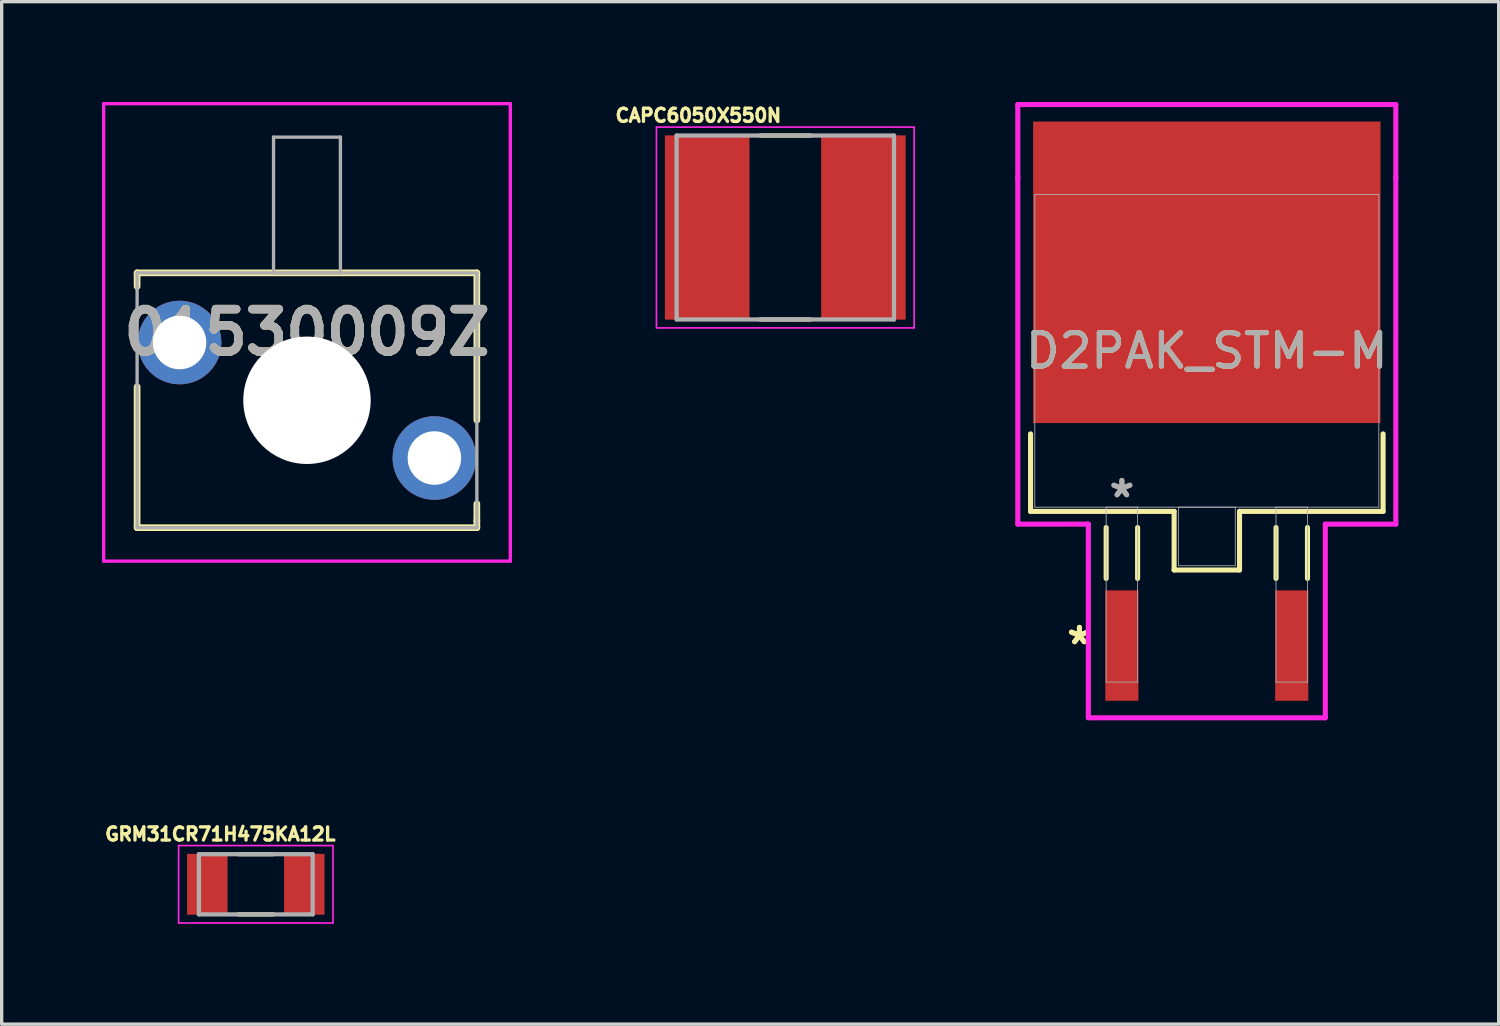
<source format=kicad_pcb>
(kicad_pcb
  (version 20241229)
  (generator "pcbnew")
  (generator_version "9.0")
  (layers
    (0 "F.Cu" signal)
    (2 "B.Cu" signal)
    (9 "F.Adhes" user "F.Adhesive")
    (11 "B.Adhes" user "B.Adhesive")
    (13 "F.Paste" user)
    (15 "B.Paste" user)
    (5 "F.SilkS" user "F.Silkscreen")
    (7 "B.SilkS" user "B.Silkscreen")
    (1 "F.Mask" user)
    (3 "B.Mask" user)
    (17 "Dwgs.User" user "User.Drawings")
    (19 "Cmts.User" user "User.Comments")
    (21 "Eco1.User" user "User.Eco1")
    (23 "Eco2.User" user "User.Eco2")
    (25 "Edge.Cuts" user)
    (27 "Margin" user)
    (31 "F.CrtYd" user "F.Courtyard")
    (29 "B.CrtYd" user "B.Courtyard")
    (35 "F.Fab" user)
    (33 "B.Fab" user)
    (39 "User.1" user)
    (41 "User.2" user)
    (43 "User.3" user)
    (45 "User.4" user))
  (footprint "01530009Z"
    (layer "F.Cu")
    (at 2.32 7.193)
    (property "Reference" "01530009Z" (at 3.81 -0.303 0) (layer "F.SilkS") (effects (font (size 1.27 1.27) (thickness 0.254))))
    (attr through_hole)
    (fp_line (start -1.27 -2.083) (end 8.89 -2.083) (stroke (width 0.2) (type solid)) (layer "F.SilkS"))
    (fp_line (start -1.27 -1.678) (end -1.27 -2.083) (stroke (width 0.2) (type solid)) (layer "F.SilkS"))
    (fp_line (start -1.27 5.537) (end -1.27 1.322) (stroke (width 0.2) (type solid)) (layer "F.SilkS"))
    (fp_line (start 8.89 -2.083) (end 8.89 2.322) (stroke (width 0.2) (type solid)) (layer "F.SilkS"))
    (fp_line (start 8.89 4.822) (end 8.89 5.322) (stroke (width 0.2) (type solid)) (layer "F.SilkS"))
    (fp_line (start 8.89 5.322) (end 8.89 5.537) (stroke (width 0.2) (type solid)) (layer "F.SilkS"))
    (fp_line (start 8.89 5.537) (end -1.27 5.537) (stroke (width 0.2) (type solid)) (layer "F.SilkS"))
    (fp_line (start -2.27 -7.143) (end 9.89 -7.143) (stroke (width 0.1) (type solid)) (layer "F.CrtYd"))
    (fp_line (start -2.27 6.537) (end -2.27 -7.143) (stroke (width 0.1) (type solid)) (layer "F.CrtYd"))
    (fp_line (start 9.89 -7.143) (end 9.89 6.537) (stroke (width 0.1) (type solid)) (layer "F.CrtYd"))
    (fp_line (start 9.89 6.537) (end -2.27 6.537) (stroke (width 0.1) (type solid)) (layer "F.CrtYd"))
    (fp_line (start -1.27 -2.083) (end 8.89 -2.083) (stroke (width 0.1) (type solid)) (layer "F.Fab"))
    (fp_line (start -1.27 5.537) (end -1.27 -2.083) (stroke (width 0.1) (type solid)) (layer "F.Fab"))
    (fp_line (start 2.81 -6.143) (end 2.81 -2.083) (stroke (width 0.1) (type solid)) (layer "F.Fab"))
    (fp_line (start 2.81 -2.083) (end 4.81 -2.083) (stroke (width 0.1) (type solid)) (layer "F.Fab"))
    (fp_line (start 4.81 -6.143) (end 2.81 -6.143) (stroke (width 0.1) (type solid)) (layer "F.Fab"))
    (fp_line (start 4.81 -2.083) (end 4.81 -6.143) (stroke (width 0.1) (type solid)) (layer "F.Fab"))
    (fp_line (start 8.89 -2.083) (end 8.89 5.537) (stroke (width 0.1) (type solid)) (layer "F.Fab"))
    (fp_line (start 8.89 5.537) (end -1.27 5.537) (stroke (width 0.1) (type solid)) (layer "F.Fab"))
    (fp_text user "${REFERENCE}" (at 3.81 -0.303 0) (layer "F.Fab") (effects (font (size 1.27 1.27) (thickness 0.254))))
    (pad "" np_thru_hole circle (at 3.81 1.727) (size 3.81 3.81) (drill 3.81) (layers "*.Cu" "*.Mask"))
    (pad "1" thru_hole circle (at 0 0) (size 2.5 2.5) (drill 1.6) (layers "*.Cu" "*.Mask"))
    (pad "2" thru_hole circle (at 7.62 3.454) (size 2.5 2.5) (drill 1.6) (layers "*.Cu" "*.Mask")))
  (footprint "GRM31CR71H475KA12L"
    (layer "F.Cu")
    (at 4.599 23.394)
    (property "Reference" "GRM31CR71H475KA12L" (at -1.06 -1.5 0) (layer "F.SilkS") (effects (font (size 0.394 0.394) (thickness 0.15))))
    (attr smd)
    (fp_line (start -0.52 -0.9) (end 0.52 -0.9) (stroke (width 0.127) (type solid)) (layer "F.SilkS"))
    (fp_line (start -0.52 0.9) (end 0.52 0.9) (stroke (width 0.127) (type solid)) (layer "F.SilkS"))
    (fp_line (start -2.308 -1.158) (end 2.308 -1.158) (stroke (width 0.05) (type solid)) (layer "F.CrtYd"))
    (fp_line (start -2.308 1.158) (end -2.308 -1.158) (stroke (width 0.05) (type solid)) (layer "F.CrtYd"))
    (fp_line (start -2.308 1.158) (end 2.308 1.158) (stroke (width 0.05) (type solid)) (layer "F.CrtYd"))
    (fp_line (start 2.308 1.158) (end 2.308 -1.158) (stroke (width 0.05) (type solid)) (layer "F.CrtYd"))
    (fp_line (start -1.7 0.9) (end -1.7 -0.9) (stroke (width 0.127) (type solid)) (layer "F.Fab"))
    (fp_line (start 1.7 -0.9) (end -1.7 -0.9) (stroke (width 0.127) (type solid)) (layer "F.Fab"))
    (fp_line (start 1.7 0.9) (end -1.7 0.9) (stroke (width 0.127) (type solid)) (layer "F.Fab"))
    (fp_line (start 1.7 0.9) (end 1.7 -0.9) (stroke (width 0.127) (type solid)) (layer "F.Fab"))
    (pad "1" smd rect (at -1.45 0) (size 1.21 1.82) (layers "F.Cu" "F.Mask" "F.Paste"))
    (pad "2" smd rect (at 1.45 0) (size 1.21 1.82) (layers "F.Cu" "F.Mask" "F.Paste")))
  (footprint "D2PAK_STM-M"
    (layer "F.Cu")
    (at 33.039 7.442)
    (property "Reference" "D2PAK_STM-M" (at 0 0 0) (unlocked yes) (layer "F.SilkS") (effects (font (size 1 1) (thickness 0.15))))
    (attr smd)
    (fp_line (start -5.271 2.483) (end -5.271 4.801) (stroke (width 0.152) (type solid)) (layer "F.SilkS"))
    (fp_line (start -5.271 4.801) (end -0.978 4.801) (stroke (width 0.152) (type solid)) (layer "F.SilkS"))
    (fp_line (start -3.01 5.283) (end -3.01 6.807) (stroke (width 0.152) (type solid)) (layer "F.SilkS"))
    (fp_line (start -2.07 5.283) (end -2.07 6.807) (stroke (width 0.152) (type solid)) (layer "F.SilkS"))
    (fp_line (start -0.978 4.801) (end -0.978 6.553) (stroke (width 0.152) (type solid)) (layer "F.SilkS"))
    (fp_line (start -0.978 6.553) (end 0.978 6.553) (stroke (width 0.152) (type solid)) (layer "F.SilkS"))
    (fp_line (start 0.978 4.801) (end 5.271 4.801) (stroke (width 0.152) (type solid)) (layer "F.SilkS"))
    (fp_line (start 0.978 6.553) (end 0.978 4.801) (stroke (width 0.152) (type solid)) (layer "F.SilkS"))
    (fp_line (start 2.07 5.283) (end 2.07 6.807) (stroke (width 0.152) (type solid)) (layer "F.SilkS"))
    (fp_line (start 3.01 5.283) (end 3.01 6.807) (stroke (width 0.152) (type solid)) (layer "F.SilkS"))
    (fp_line (start 5.271 4.801) (end 5.271 2.483) (stroke (width 0.152) (type solid)) (layer "F.SilkS"))
    (fp_line (start -5.652 -7.366) (end 5.652 -7.366) (stroke (width 0.152) (type solid)) (layer "F.CrtYd"))
    (fp_line (start -5.652 -5.182) (end -5.652 -7.366) (stroke (width 0.152) (type solid)) (layer "F.CrtYd"))
    (fp_line (start -5.652 -5.182) (end -5.652 -5.182) (stroke (width 0.152) (type solid)) (layer "F.CrtYd"))
    (fp_line (start -5.652 5.182) (end -5.652 -5.182) (stroke (width 0.152) (type solid)) (layer "F.CrtYd"))
    (fp_line (start -3.543 5.182) (end -5.652 5.182) (stroke (width 0.152) (type solid)) (layer "F.CrtYd"))
    (fp_line (start -3.543 10.973) (end -3.543 5.182) (stroke (width 0.152) (type solid)) (layer "F.CrtYd"))
    (fp_line (start 3.543 5.182) (end 3.543 10.973) (stroke (width 0.152) (type solid)) (layer "F.CrtYd"))
    (fp_line (start 3.543 10.973) (end -3.543 10.973) (stroke (width 0.152) (type solid)) (layer "F.CrtYd"))
    (fp_line (start 5.652 -7.366) (end 5.652 -5.182) (stroke (width 0.152) (type solid)) (layer "F.CrtYd"))
    (fp_line (start 5.652 -5.182) (end 5.652 -5.182) (stroke (width 0.152) (type solid)) (layer "F.CrtYd"))
    (fp_line (start 5.652 -5.182) (end 5.652 5.182) (stroke (width 0.152) (type solid)) (layer "F.CrtYd"))
    (fp_line (start 5.652 5.182) (end 3.543 5.182) (stroke (width 0.152) (type solid)) (layer "F.CrtYd"))
    (fp_line (start -5.144 -4.674) (end -5.144 4.674) (stroke (width 0.025) (type solid)) (layer "F.Fab"))
    (fp_line (start -5.144 4.674) (end 5.144 4.674) (stroke (width 0.025) (type solid)) (layer "F.Fab"))
    (fp_line (start -3.01 4.674) (end -3.01 9.906) (stroke (width 0.025) (type solid)) (layer "F.Fab"))
    (fp_line (start -3.01 9.906) (end -2.07 9.906) (stroke (width 0.025) (type solid)) (layer "F.Fab"))
    (fp_line (start -2.07 4.674) (end -3.01 4.674) (stroke (width 0.025) (type solid)) (layer "F.Fab"))
    (fp_line (start -2.07 9.906) (end -2.07 4.674) (stroke (width 0.025) (type solid)) (layer "F.Fab"))
    (fp_line (start -0.851 4.674) (end -0.851 6.426) (stroke (width 0.025) (type solid)) (layer "F.Fab"))
    (fp_line (start -0.851 6.426) (end 0.851 6.426) (stroke (width 0.025) (type solid)) (layer "F.Fab"))
    (fp_line (start 0.851 4.674) (end -0.851 4.674) (stroke (width 0.025) (type solid)) (layer "F.Fab"))
    (fp_line (start 0.851 6.426) (end 0.851 4.674) (stroke (width 0.025) (type solid)) (layer "F.Fab"))
    (fp_line (start 2.07 4.674) (end 2.07 9.906) (stroke (width 0.025) (type solid)) (layer "F.Fab"))
    (fp_line (start 2.07 9.906) (end 3.01 9.906) (stroke (width 0.025) (type solid)) (layer "F.Fab"))
    (fp_line (start 3.01 4.674) (end 2.07 4.674) (stroke (width 0.025) (type solid)) (layer "F.Fab"))
    (fp_line (start 3.01 9.906) (end 3.01 4.674) (stroke (width 0.025) (type solid)) (layer "F.Fab"))
    (fp_line (start 5.144 -4.674) (end -5.144 -4.674) (stroke (width 0.025) (type solid)) (layer "F.Fab"))
    (fp_line (start 5.144 4.674) (end 5.144 -4.674) (stroke (width 0.025) (type solid)) (layer "F.Fab"))
    (fp_text user "*" (at -3.81 8.814 0) (unlocked yes) (layer "F.SilkS") (effects (font (size 1 1) (thickness 0.15))))
    (fp_text user "*" (at -3.81 8.814 0) (layer "F.SilkS") (effects (font (size 1 1) (thickness 0.15))))
    (fp_text user "${REFERENCE}" (at 0 0 0) (unlocked yes) (layer "F.Fab") (effects (font (size 1 1) (thickness 0.15))))
    (fp_text user "*" (at -2.54 4.42 0) (unlocked yes) (layer "F.Fab") (effects (font (size 1 1) (thickness 0.15))))
    (fp_text user "*" (at -2.54 4.42 0) (layer "F.Fab") (effects (font (size 1 1) (thickness 0.15))))
    (pad "1" smd rect (at -2.54 8.814) (size 0.991 3.302) (layers "F.Cu" "F.Mask" "F.Paste"))
    (pad "2" smd rect (at 2.54 8.814) (size 0.991 3.302) (layers "F.Cu" "F.Mask" "F.Paste"))
    (pad "3" smd rect (at 0 -2.349) (size 10.389 9.017) (layers "F.Cu" "F.Mask" "F.Paste")))
  (footprint "CAPC6050X550N"
    (layer "F.Cu")
    (at 20.434 3.753)
    (property "Reference" "CAPC6050X550N" (at -2.6 -3.35 0) (layer "F.SilkS") (effects (font (size 0.394 0.394) (thickness 0.15))))
    (attr smd)
    (fp_line (start -0.75 -2.75) (end 0.75 -2.75) (stroke (width 0.127) (type solid)) (layer "F.SilkS"))
    (fp_line (start -0.75 2.75) (end 0.75 2.75) (stroke (width 0.127) (type solid)) (layer "F.SilkS"))
    (fp_line (start -3.853 -3.003) (end 3.853 -3.003) (stroke (width 0.05) (type solid)) (layer "F.CrtYd"))
    (fp_line (start -3.853 3.003) (end -3.853 -3.003) (stroke (width 0.05) (type solid)) (layer "F.CrtYd"))
    (fp_line (start -3.853 3.003) (end 3.853 3.003) (stroke (width 0.05) (type solid)) (layer "F.CrtYd"))
    (fp_line (start 3.853 3.003) (end 3.853 -3.003) (stroke (width 0.05) (type solid)) (layer "F.CrtYd"))
    (fp_line (start -3.25 2.75) (end -3.25 -2.75) (stroke (width 0.127) (type solid)) (layer "F.Fab"))
    (fp_line (start 3.25 -2.75) (end -3.25 -2.75) (stroke (width 0.127) (type solid)) (layer "F.Fab"))
    (fp_line (start 3.25 2.75) (end -3.25 2.75) (stroke (width 0.127) (type solid)) (layer "F.Fab"))
    (fp_line (start 3.25 2.75) (end 3.25 -2.75) (stroke (width 0.127) (type solid)) (layer "F.Fab"))
    (pad "1" smd rect (at -2.336 0) (size 2.53 5.51) (layers "F.Cu" "F.Mask" "F.Paste"))
    (pad "2" smd rect (at 2.336 0) (size 2.53 5.51) (layers "F.Cu" "F.Mask" "F.Paste")))
  (gr_rect
    (start -3 -3)
    (end 41.767 27.577)
    (stroke (width 0.1) (type default))
    (fill no)
    (layer "Edge.Cuts")))
</source>
